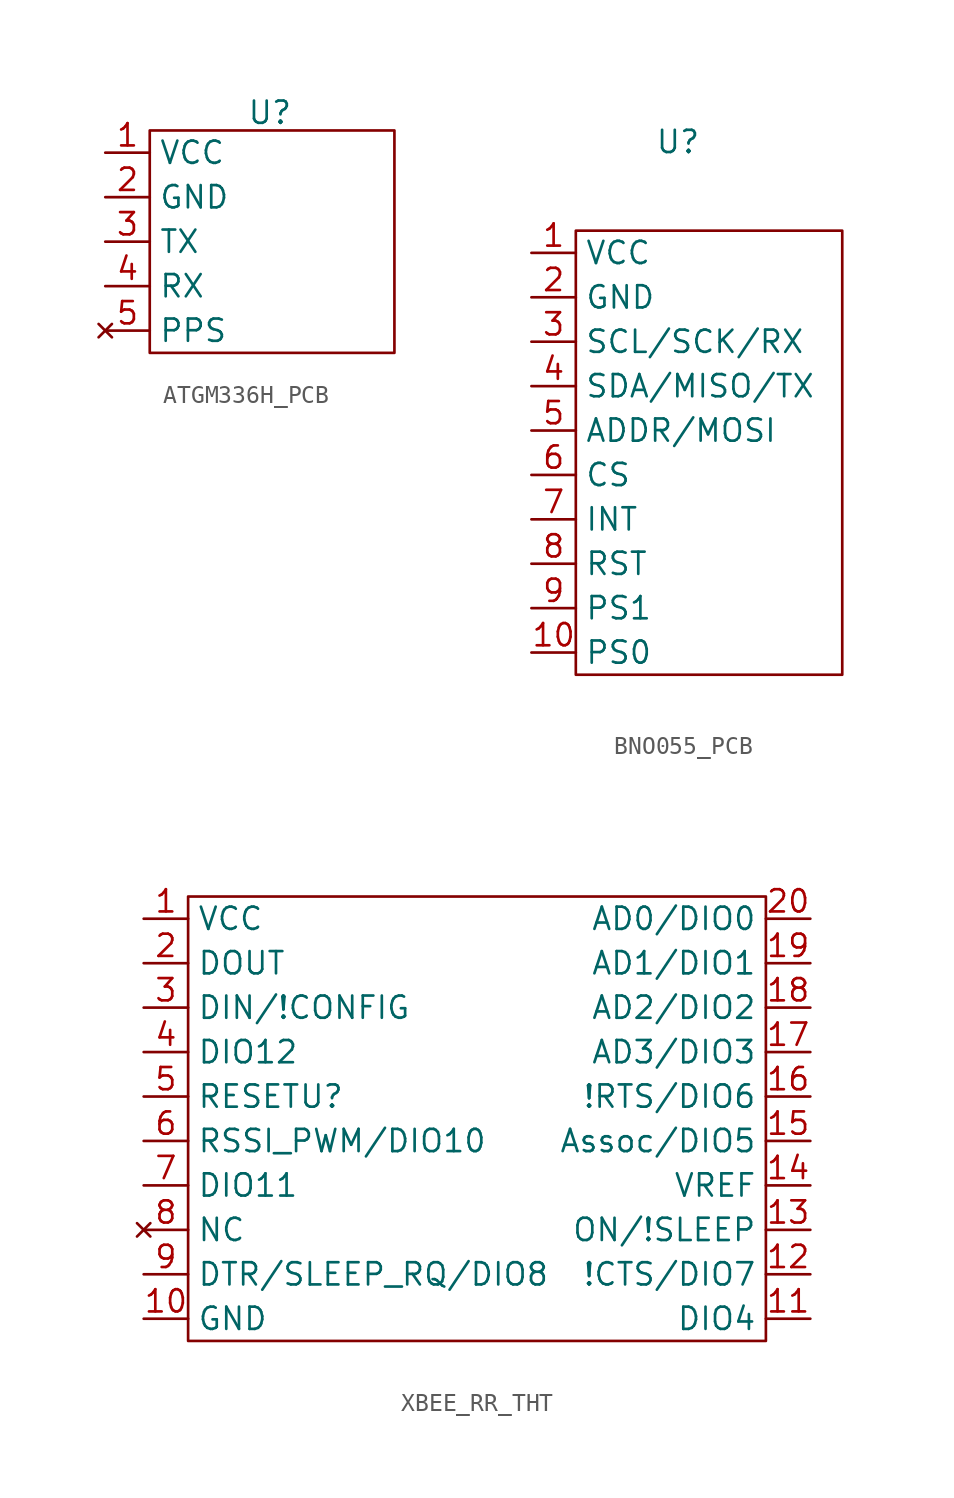
<source format=kicad_sym>
(kicad_symbol_lib
  (version 20231120)
  (generator "kicad_symbol_editor")
  (generator_version "8.0")
  (symbol "ATGM336H_PCB"
    (property "Reference" "U"
      (at 6.858 9.906 0)
      (effects (font (size 1.27 1.27))))
    (property "Value" ""
      (at 0 0 0)
      (effects (font (size 1.27 1.27))))
    (symbol "ATGM336H_PCB_0_1"
      (rectangle (start 0 8.89) (end 13.97 -3.81) (stroke (width 0) (type default)) (fill (type none))))
    (symbol "ATGM336H_PCB_1_1"
      (pin power_in line (at -2.54 7.62 0) (length 2.54) (name "VCC" (effects (font (size 1.27 1.27)))) (number "1" (effects (font (size 1.27 1.27)))))
      (pin power_out line (at -2.54 5.08 0) (length 2.54) (name "GND" (effects (font (size 1.27 1.27)))) (number "2" (effects (font (size 1.27 1.27)))))
      (pin output line (at -2.54 2.54 0) (length 2.54) (name "TX" (effects (font (size 1.27 1.27)))) (number "3" (effects (font (size 1.27 1.27)))))
      (pin input line (at -2.54 0 0) (length 2.54) (name "RX" (effects (font (size 1.27 1.27)))) (number "4" (effects (font (size 1.27 1.27)))))
      (pin no_connect line (at -2.54 -2.54 0) (length 2.54) (name "PPS" (effects (font (size 1.27 1.27)))) (number "5" (effects (font (size 1.27 1.27)))))))
  (symbol "BNO055_PCB"
    (property "Reference" "U"
      (at -0.508 17.78 0)
      (effects (font (size 1.27 1.27))))
    (property "Value" ""
      (at 0 0 0)
      (effects (font (size 1.27 1.27))))
    (symbol "BNO055_PCB_0_1"
      (rectangle (start -6.35 12.7) (end 8.89 -12.7) (stroke (width 0) (type default)) (fill (type none))))
    (symbol "BNO055_PCB_1_1"
      (pin power_in line (at -8.89 11.43 0) (length 2.54) (name "VCC" (effects (font (size 1.27 1.27)))) (number "1" (effects (font (size 1.27 1.27)))))
      (pin input line (at -8.89 -11.43 0) (length 2.54) (name "PS0" (effects (font (size 1.27 1.27)))) (number "10" (effects (font (size 1.27 1.27)))))
      (pin power_out line (at -8.89 8.89 0) (length 2.54) (name "GND" (effects (font (size 1.27 1.27)))) (number "2" (effects (font (size 1.27 1.27)))))
      (pin input line (at -8.89 6.35 0) (length 2.54) (name "SCL/SCK/RX" (effects (font (size 1.27 1.27)))) (number "3" (effects (font (size 1.27 1.27)))))
      (pin output line (at -8.89 3.81 0) (length 2.54) (name "SDA/MISO/TX" (effects (font (size 1.27 1.27)))) (number "4" (effects (font (size 1.27 1.27)))))
      (pin input line (at -8.89 1.27 0) (length 2.54) (name "ADDR/MOSI" (effects (font (size 1.27 1.27)))) (number "5" (effects (font (size 1.27 1.27)))))
      (pin input line (at -8.89 -1.27 0) (length 2.54) (name "CS" (effects (font (size 1.27 1.27)))) (number "6" (effects (font (size 1.27 1.27)))))
      (pin input line (at -8.89 -3.81 0) (length 2.54) (name "INT" (effects (font (size 1.27 1.27)))) (number "7" (effects (font (size 1.27 1.27)))))
      (pin input line (at -8.89 -6.35 0) (length 2.54) (name "RST" (effects (font (size 1.27 1.27)))) (number "8" (effects (font (size 1.27 1.27)))))
      (pin input line (at -8.89 -8.89 0) (length 2.54) (name "PS1" (effects (font (size 1.27 1.27)))) (number "9" (effects (font (size 1.27 1.27)))))))
  (symbol "XBEE_RR_THT"
    (property "Reference" "U"
      (at 0 0 0)
      (effects (font (size 1.27 1.27))))
    (property "Value" ""
      (at 0 0 0)
      (effects (font (size 1.27 1.27))))
    (symbol "XBEE_RR_THT_0_1"
      (rectangle (start -7.62 11.43) (end 25.4 -13.97) (stroke (width 0) (type default)) (fill (type none))))
    (symbol "XBEE_RR_THT_1_1"
      (pin power_in line (at -10.16 10.16 0) (length 2.54) (name "VCC" (effects (font (size 1.27 1.27)))) (number "1" (effects (font (size 1.27 1.27)))))
      (pin power_out line (at -10.16 -12.7 0) (length 2.54) (name "GND" (effects (font (size 1.27 1.27)))) (number "10" (effects (font (size 1.27 1.27)))))
      (pin bidirectional line (at 27.94 -12.7 180) (length 2.54) (name "DIO4" (effects (font (size 1.27 1.27)))) (number "11" (effects (font (size 1.27 1.27)))))
      (pin bidirectional line (at 27.94 -10.16 180) (length 2.54) (name "!CTS/DIO7" (effects (font (size 1.27 1.27)))) (number "12" (effects (font (size 1.27 1.27)))))
      (pin bidirectional line (at 27.94 -7.62 180) (length 2.54) (name "ON/!SLEEP" (effects (font (size 1.27 1.27)))) (number "13" (effects (font (size 1.27 1.27)))))
      (pin power_in line (at 27.94 -5.08 180) (length 2.54) (name "VREF" (effects (font (size 1.27 1.27)))) (number "14" (effects (font (size 1.27 1.27)))))
      (pin bidirectional line (at 27.94 -2.54 180) (length 2.54) (name "Assoc/DIO5" (effects (font (size 1.27 1.27)))) (number "15" (effects (font (size 1.27 1.27)))))
      (pin bidirectional line (at 27.94 0 180) (length 2.54) (name "!RTS/DIO6" (effects (font (size 1.27 1.27)))) (number "16" (effects (font (size 1.27 1.27)))))
      (pin bidirectional line (at 27.94 2.54 180) (length 2.54) (name "AD3/DIO3" (effects (font (size 1.27 1.27)))) (number "17" (effects (font (size 1.27 1.27)))))
      (pin bidirectional line (at 27.94 5.08 180) (length 2.54) (name "AD2/DIO2" (effects (font (size 1.27 1.27)))) (number "18" (effects (font (size 1.27 1.27)))))
      (pin bidirectional line (at 27.94 7.62 180) (length 2.54) (name "AD1/DIO1" (effects (font (size 1.27 1.27)))) (number "19" (effects (font (size 1.27 1.27)))))
      (pin output line (at -10.16 7.62 0) (length 2.54) (name "DOUT" (effects (font (size 1.27 1.27)))) (number "2" (effects (font (size 1.27 1.27)))))
      (pin bidirectional line (at 27.94 10.16 180) (length 2.54) (name "AD0/DIO0" (effects (font (size 1.27 1.27)))) (number "20" (effects (font (size 1.27 1.27)))))
      (pin input line (at -10.16 5.08 0) (length 2.54) (name "DIN/!CONFIG" (effects (font (size 1.27 1.27)))) (number "3" (effects (font (size 1.27 1.27)))))
      (pin bidirectional line (at -10.16 2.54 0) (length 2.54) (name "DIO12" (effects (font (size 1.27 1.27)))) (number "4" (effects (font (size 1.27 1.27)))))
      (pin input line (at -10.16 0 0) (length 2.54) (name "RESET" (effects (font (size 1.27 1.27)))) (number "5" (effects (font (size 1.27 1.27)))))
      (pin bidirectional line (at -10.16 -2.54 0) (length 2.54) (name "RSSI_PWM/DIO10" (effects (font (size 1.27 1.27)))) (number "6" (effects (font (size 1.27 1.27)))))
      (pin bidirectional line (at -10.16 -5.08 0) (length 2.54) (name "DIO11" (effects (font (size 1.27 1.27)))) (number "7" (effects (font (size 1.27 1.27)))))
      (pin no_connect line (at -10.16 -7.62 0) (length 2.54) (name "NC" (effects (font (size 1.27 1.27)))) (number "8" (effects (font (size 1.27 1.27)))))
      (pin bidirectional line (at -10.16 -10.16 0) (length 2.54) (name "DTR/SLEEP_RQ/DIO8" (effects (font (size 1.27 1.27)))) (number "9" (effects (font (size 1.27 1.27))))))))
</source>
